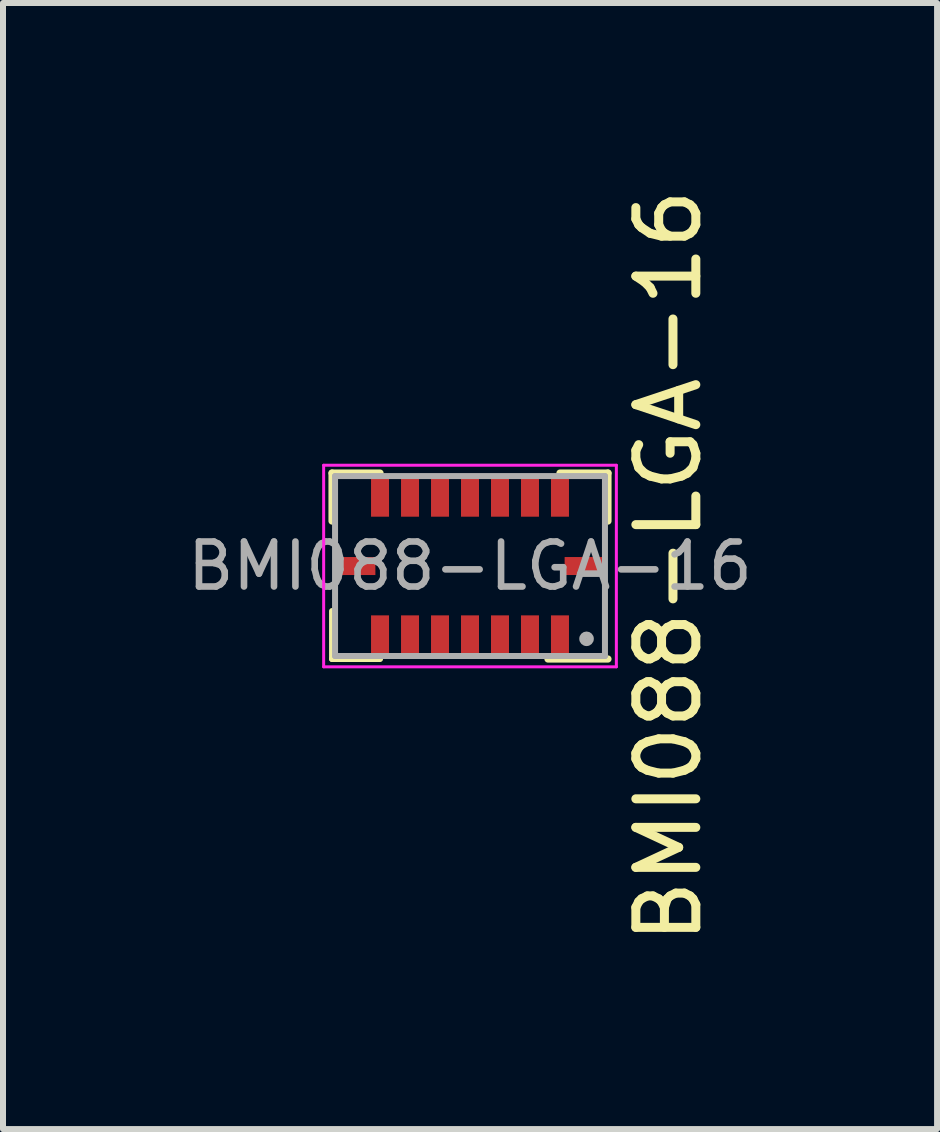
<source format=kicad_pcb>
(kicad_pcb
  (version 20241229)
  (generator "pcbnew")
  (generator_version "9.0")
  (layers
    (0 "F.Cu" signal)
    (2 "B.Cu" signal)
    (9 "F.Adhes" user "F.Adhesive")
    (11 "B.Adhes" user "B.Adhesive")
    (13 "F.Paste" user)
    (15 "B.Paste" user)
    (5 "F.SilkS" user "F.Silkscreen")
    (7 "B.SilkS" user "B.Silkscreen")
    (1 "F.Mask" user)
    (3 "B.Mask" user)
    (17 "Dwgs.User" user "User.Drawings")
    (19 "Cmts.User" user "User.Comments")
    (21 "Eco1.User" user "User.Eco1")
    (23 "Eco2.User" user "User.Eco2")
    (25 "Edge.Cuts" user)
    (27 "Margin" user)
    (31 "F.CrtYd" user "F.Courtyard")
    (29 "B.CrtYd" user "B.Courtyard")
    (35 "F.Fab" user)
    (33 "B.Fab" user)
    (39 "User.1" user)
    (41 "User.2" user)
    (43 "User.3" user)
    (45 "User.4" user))
  (footprint "BMI088-LGA-16"
    (layer "F.Cu")
    (at 4.786 6.387)
    (property "Reference" "BMI088-LGA-16" (at 3.31 0 270) (layer "F.SilkS") (effects (font (size 1 1) (thickness 0.15))))
    (attr through_hole)
    (fp_line (start -2.3 -1.55) (end -2.3 -0.75) (stroke (width 0.12) (type solid)) (layer "F.SilkS"))
    (fp_line (start -2.3 -1.55) (end -1.5 -1.55) (stroke (width 0.12) (type solid)) (layer "F.SilkS"))
    (fp_line (start -2.3 0.75) (end -2.3 1.55) (stroke (width 0.1) (type solid)) (layer "F.SilkS"))
    (fp_line (start -2.3 1.55) (end -1.5 1.55) (stroke (width 0.1) (type solid)) (layer "F.SilkS"))
    (fp_line (start 1.3 1.55) (end 2.3 1.55) (stroke (width 0.12) (type solid)) (layer "F.SilkS"))
    (fp_line (start 2.3 -1.55) (end 1.5 -1.55) (stroke (width 0.12) (type solid)) (layer "F.SilkS"))
    (fp_line (start 2.3 -1.55) (end 2.3 -0.75) (stroke (width 0.12) (type solid)) (layer "F.SilkS"))
    (fp_line (start -2.44 -1.68) (end -2.44 1.68) (stroke (width 0.05) (type solid)) (layer "F.CrtYd"))
    (fp_line (start -2.44 -1.68) (end 2.44 -1.68) (stroke (width 0.05) (type solid)) (layer "F.CrtYd"))
    (fp_line (start -2.44 1.68) (end 2.44 1.68) (stroke (width 0.05) (type solid)) (layer "F.CrtYd"))
    (fp_line (start 2.44 -1.68) (end 2.44 1.68) (stroke (width 0.05) (type solid)) (layer "F.CrtYd"))
    (fp_line (start -2.25 -1.5) (end 2.25 -1.5) (stroke (width 0.1) (type solid)) (layer "F.Fab"))
    (fp_line (start -2.25 1.5) (end -2.25 -1.5) (stroke (width 0.1) (type solid)) (layer "F.Fab"))
    (fp_line (start -2.25 1.5) (end 2.25 1.5) (stroke (width 0.1) (type solid)) (layer "F.Fab"))
    (fp_line (start 2.25 1.5) (end 2.25 -1.5) (stroke (width 0.1) (type solid)) (layer "F.Fab"))
    (fp_circle (center 1.943 1.213) (end 2.003 1.227) (stroke (width 0.12) (type solid)) (fill no) (layer "F.Fab"))
    (fp_text user "${REFERENCE}" (at 0 0 180) (layer "F.Fab") (effects (font (size 0.75 0.75) (thickness 0.11))))
    (pad "1" smd rect (at 1.5 1.16 90) (size 0.675 0.3) (layers "F.Cu" "F.Mask" "F.Paste"))
    (pad "2" smd rect (at 1 1.16 90) (size 0.675 0.3) (layers "F.Cu" "F.Mask" "F.Paste"))
    (pad "3" smd rect (at 0.5 1.16 90) (size 0.675 0.3) (layers "F.Cu" "F.Mask" "F.Paste"))
    (pad "4" smd rect (at 0 1.16 90) (size 0.675 0.3) (layers "F.Cu" "F.Mask" "F.Paste"))
    (pad "5" smd rect (at -0.5 1.16 90) (size 0.675 0.3) (layers "F.Cu" "F.Mask" "F.Paste"))
    (pad "6" smd rect (at -1 1.16 90) (size 0.675 0.3) (layers "F.Cu" "F.Mask" "F.Paste"))
    (pad "7" smd rect (at -1.5 1.16 90) (size 0.675 0.3) (layers "F.Cu" "F.Mask" "F.Paste"))
    (pad "8" smd rect (at -1.915 0) (size 0.675 0.3) (layers "F.Cu" "F.Mask" "F.Paste"))
    (pad "9" smd rect (at -1.5 -1.16 90) (size 0.675 0.3) (layers "F.Cu" "F.Mask" "F.Paste"))
    (pad "10" smd rect (at -1 -1.16 90) (size 0.675 0.3) (layers "F.Cu" "F.Mask" "F.Paste"))
    (pad "11" smd rect (at -0.5 -1.16 90) (size 0.675 0.3) (layers "F.Cu" "F.Mask" "F.Paste"))
    (pad "12" smd rect (at 0 -1.16 90) (size 0.675 0.3) (layers "F.Cu" "F.Mask" "F.Paste"))
    (pad "13" smd rect (at 0.5 -1.16 90) (size 0.675 0.3) (layers "F.Cu" "F.Mask" "F.Paste"))
    (pad "14" smd rect (at 1 -1.16 90) (size 0.675 0.3) (layers "F.Cu" "F.Mask" "F.Paste"))
    (pad "15" smd rect (at 1.5 -1.16 90) (size 0.675 0.3) (layers "F.Cu" "F.Mask" "F.Paste"))
    (pad "16" smd rect (at 1.915 0) (size 0.675 0.3) (layers "F.Cu" "F.Mask" "F.Paste")))
  (gr_rect
    (start -3 -3)
    (end 12.573 15.774)
    (stroke (width 0.1) (type default))
    (fill no)
    (layer "Edge.Cuts")))
</source>
